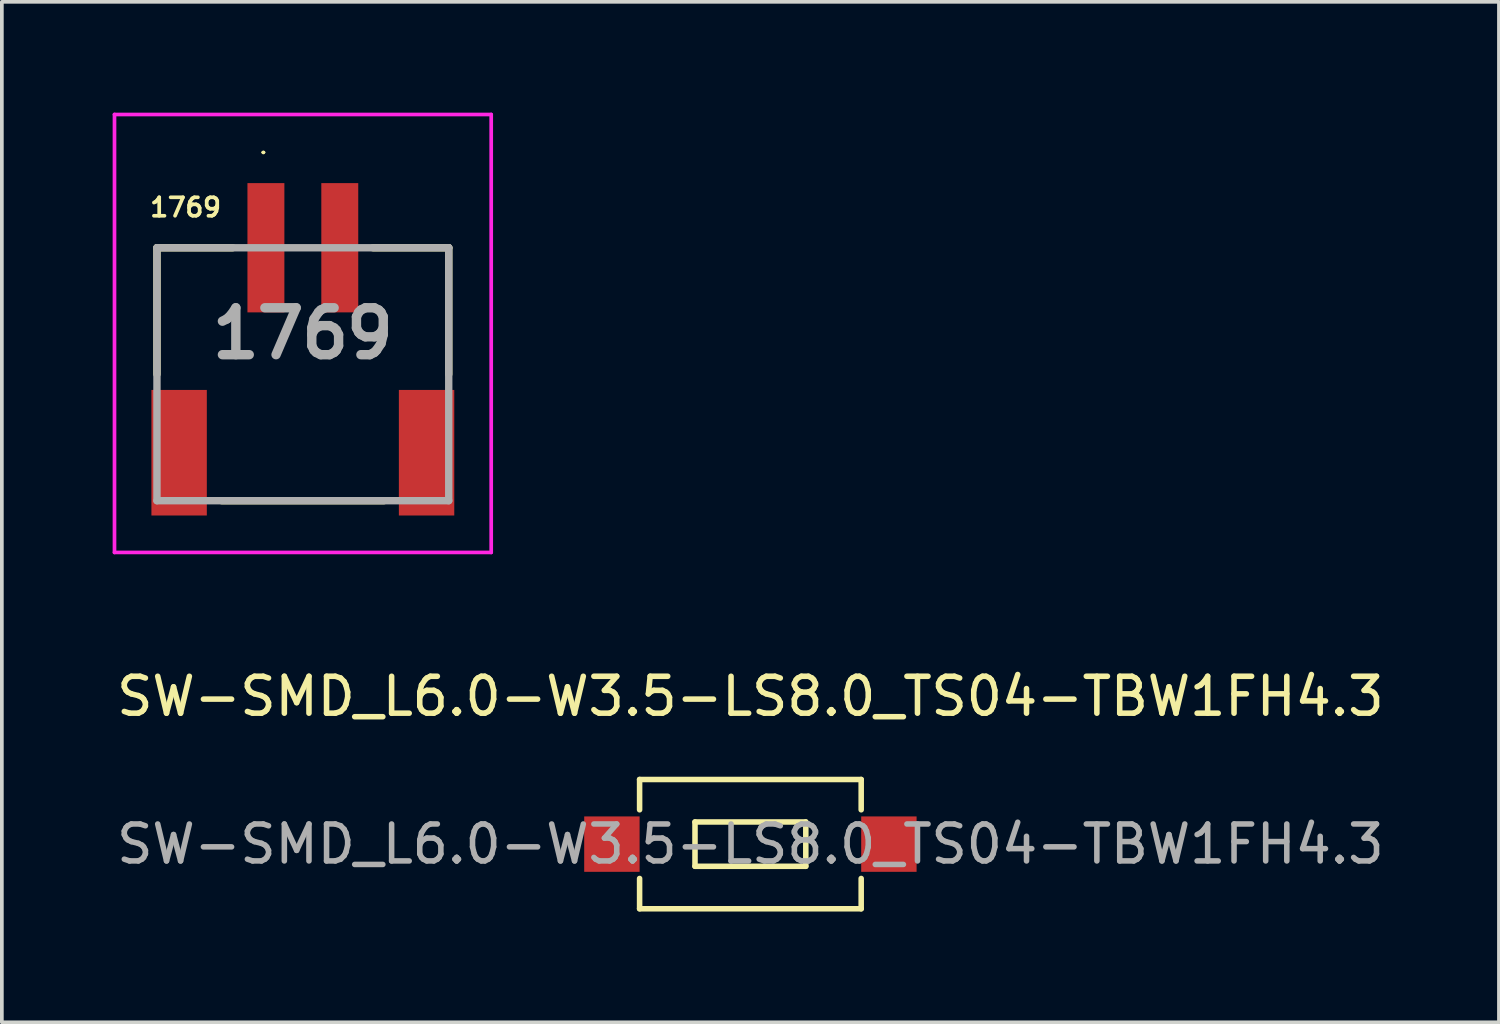
<source format=kicad_pcb>
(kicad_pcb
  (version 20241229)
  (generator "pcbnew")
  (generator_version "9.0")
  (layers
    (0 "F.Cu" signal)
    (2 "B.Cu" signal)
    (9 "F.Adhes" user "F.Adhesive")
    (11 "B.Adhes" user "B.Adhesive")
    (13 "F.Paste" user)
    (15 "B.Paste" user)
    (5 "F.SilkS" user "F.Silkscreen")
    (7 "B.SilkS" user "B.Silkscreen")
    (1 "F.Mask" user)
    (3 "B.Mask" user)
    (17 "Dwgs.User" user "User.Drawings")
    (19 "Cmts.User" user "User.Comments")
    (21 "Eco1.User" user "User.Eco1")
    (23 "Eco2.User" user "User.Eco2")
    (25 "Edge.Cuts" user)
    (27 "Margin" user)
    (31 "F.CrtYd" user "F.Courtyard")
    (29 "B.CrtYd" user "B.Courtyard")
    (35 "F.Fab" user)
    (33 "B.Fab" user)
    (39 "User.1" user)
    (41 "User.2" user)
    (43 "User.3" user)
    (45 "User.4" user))
  (footprint "1769"
    (layer "F.Cu")
    (at 5.15 3.658)
    (property "Reference" "1769" (at -3.175 -1.092 180) (layer "F.SilkS") (effects (font (size 0.5 0.5) (thickness 0.1))))
    (attr smd)
    (fp_line (start -3.95 0) (end -3.95 3.425) (stroke (width 0.2) (type solid)) (layer "F.SilkS"))
    (fp_line (start -3.95 0) (end -1.9 0) (stroke (width 0.2) (type solid)) (layer "F.SilkS"))
    (fp_line (start -2.196 6.849) (end 2.196 6.849) (stroke (width 0.2) (type solid)) (layer "F.SilkS"))
    (fp_line (start -1.095 -2.582) (end -1.095 -2.582) (stroke (width 0.052) (type solid)) (layer "F.SilkS"))
    (fp_line (start -1.043 -2.582) (end -1.043 -2.582) (stroke (width 0.052) (type solid)) (layer "F.SilkS"))
    (fp_line (start 3.95 0) (end 1.9 0) (stroke (width 0.2) (type solid)) (layer "F.SilkS"))
    (fp_line (start 3.95 0) (end 3.95 3.425) (stroke (width 0.2) (type solid)) (layer "F.SilkS"))
    (fp_arc (start -1.095 -2.582) (mid -1.069 -2.608) (end -1.043 -2.582) (stroke (width 0.052) (type solid)) (layer "F.SilkS"))
    (fp_arc (start -1.043 -2.582) (mid -1.069 -2.556) (end -1.095 -2.582) (stroke (width 0.052) (type solid)) (layer "F.SilkS"))
    (fp_line (start -5.1 8.25) (end -5.1 -3.608) (stroke (width 0.1) (type solid)) (layer "F.CrtYd"))
    (fp_line (start -5.1 -3.608) (end 5.1 -3.608) (stroke (width 0.1) (type solid)) (layer "F.CrtYd"))
    (fp_line (start 5.1 -3.608) (end 5.1 8.25) (stroke (width 0.1) (type solid)) (layer "F.CrtYd"))
    (fp_line (start 5.1 8.25) (end -5.1 8.25) (stroke (width 0.1) (type solid)) (layer "F.CrtYd"))
    (fp_line (start -3.95 0) (end 3.95 0) (stroke (width 0.2) (type solid)) (layer "F.Fab"))
    (fp_line (start -3.95 6.849) (end -3.95 0) (stroke (width 0.2) (type solid)) (layer "F.Fab"))
    (fp_line (start 3.95 0) (end 3.95 6.849) (stroke (width 0.2) (type solid)) (layer "F.Fab"))
    (fp_line (start 3.95 6.849) (end -3.95 6.849) (stroke (width 0.2) (type solid)) (layer "F.Fab"))
    (fp_text user "${REFERENCE}" (at 0 2.321 180) (layer "F.Fab") (effects (font (size 1.27 1.27) (thickness 0.254))))
    (pad "1" smd rect (at -1 0) (size 1 3.5) (layers "F.Cu" "F.Mask" "F.Paste"))
    (pad "2" smd rect (at 1 0) (size 1 3.5) (layers "F.Cu" "F.Mask" "F.Paste"))
    (pad "MP1" smd rect (at -3.35 5.55) (size 1.5 3.4) (layers "F.Cu" "F.Mask" "F.Paste"))
    (pad "MP2" smd rect (at 3.35 5.55) (size 1.5 3.4) (layers "F.Cu" "F.Mask" "F.Paste")))
  (footprint "SW-SMD_L6.0-W3.5-LS8.0_TS04-TBW1FH4.3"
    (layer "F.Cu")
    (at 17.268 19.806)
    (property "Reference" "SW-SMD_L6.0-W3.5-LS8.0_TS04-TBW1FH4.3" (at 0 -4 0) (layer "F.SilkS") (effects (font (size 1 1) (thickness 0.15))))
    (attr through_hole)
    (fp_line (start -3 -0.93) (end -3 -1.75) (stroke (width 0.15) (type solid)) (layer "F.SilkS"))
    (fp_line (start -3 1.75) (end -3 0.93) (stroke (width 0.15) (type solid)) (layer "F.SilkS"))
    (fp_line (start -3 1.75) (end 3 1.75) (stroke (width 0.15) (type solid)) (layer "F.SilkS"))
    (fp_line (start -1.5 -0.6) (end 1.5 -0.6) (stroke (width 0.15) (type solid)) (layer "F.SilkS"))
    (fp_line (start -1.5 0.6) (end -1.5 -0.6) (stroke (width 0.15) (type solid)) (layer "F.SilkS"))
    (fp_line (start 1.5 -0.6) (end 1.5 0.6) (stroke (width 0.15) (type solid)) (layer "F.SilkS"))
    (fp_line (start 1.5 0.6) (end -1.5 0.6) (stroke (width 0.15) (type solid)) (layer "F.SilkS"))
    (fp_line (start 3 -1.75) (end -3 -1.75) (stroke (width 0.15) (type solid)) (layer "F.SilkS"))
    (fp_line (start 3 -1.75) (end 3 -0.93) (stroke (width 0.15) (type solid)) (layer "F.SilkS"))
    (fp_line (start 3 0.93) (end 3 1.75) (stroke (width 0.15) (type solid)) (layer "F.SilkS"))
    (fp_text user "${REFERENCE}" (at 0 0 0) (layer "F.Fab") (effects (font (size 1 1) (thickness 0.15))))
    (pad "1" smd rect (at -3.75 0) (size 1.5 1.5) (layers "F.Cu" "F.Mask" "F.Paste"))
    (pad "2" smd rect (at 3.75 0) (size 1.5 1.5) (layers "F.Cu" "F.Mask" "F.Paste")))
  (gr_rect
    (start -3 -3)
    (end 37.536 24.631)
    (stroke (width 0.1) (type default))
    (fill no)
    (layer "Edge.Cuts")))
</source>
